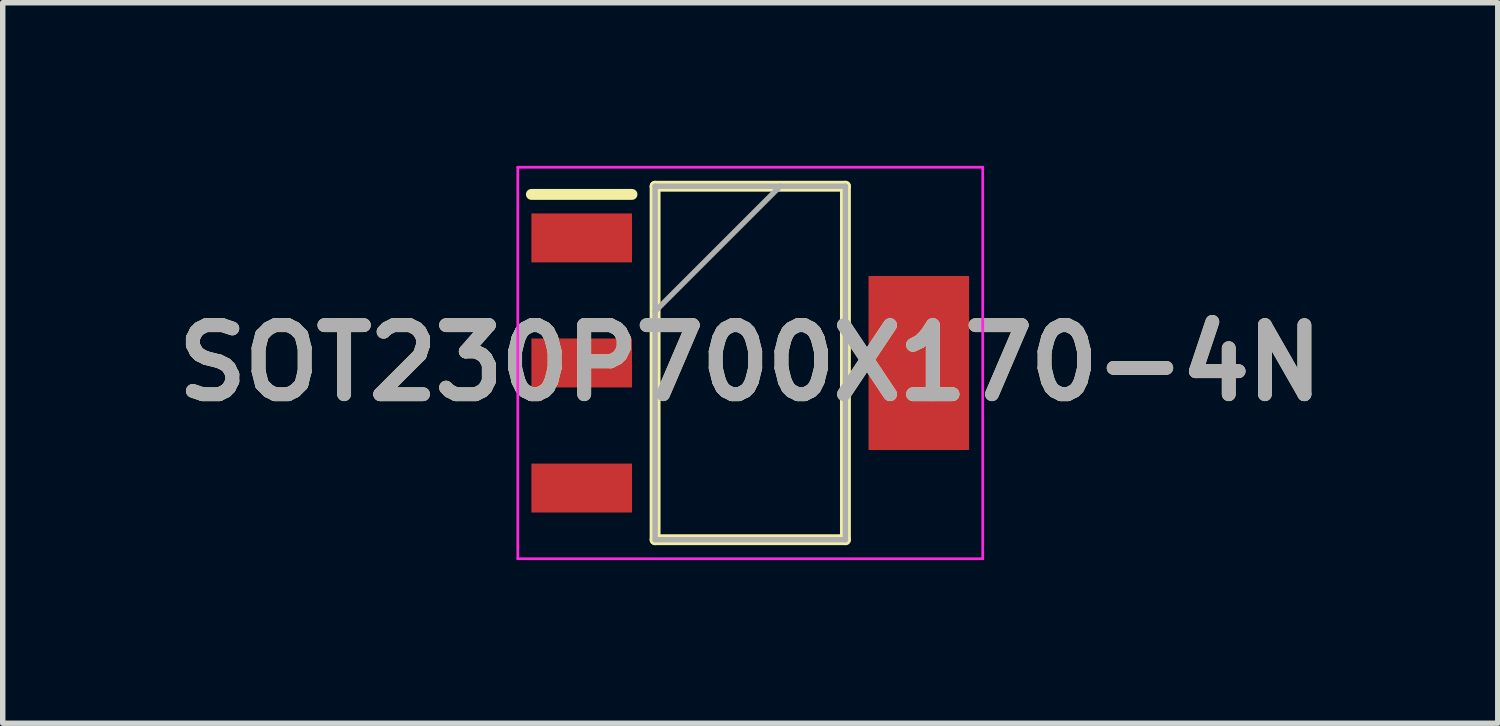
<source format=kicad_pcb>
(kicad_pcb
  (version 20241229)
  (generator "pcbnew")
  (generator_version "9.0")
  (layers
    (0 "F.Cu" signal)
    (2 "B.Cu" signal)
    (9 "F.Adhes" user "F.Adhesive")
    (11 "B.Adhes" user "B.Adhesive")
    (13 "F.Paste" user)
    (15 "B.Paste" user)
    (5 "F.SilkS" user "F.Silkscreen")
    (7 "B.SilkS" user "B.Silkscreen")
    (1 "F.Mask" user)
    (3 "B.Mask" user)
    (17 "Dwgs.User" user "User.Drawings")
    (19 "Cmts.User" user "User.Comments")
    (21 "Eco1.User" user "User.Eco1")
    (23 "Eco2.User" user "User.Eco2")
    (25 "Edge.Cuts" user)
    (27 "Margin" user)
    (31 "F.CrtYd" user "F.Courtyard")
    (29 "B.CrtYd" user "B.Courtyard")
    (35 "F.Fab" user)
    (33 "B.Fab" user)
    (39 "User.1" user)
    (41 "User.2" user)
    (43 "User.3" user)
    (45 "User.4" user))
  (footprint "SOT230P700X170-4N"
    (layer "F.Cu")
    (at 10.747 3.625)
    (property "Reference" "SOT230P700X170-4N" (at 0 0 0) (layer "F.SilkS") (effects (font (size 1.27 1.27) (thickness 0.254))))
    (attr smd)
    (fp_line (start -4.025 -3.1) (end -2.175 -3.1) (stroke (width 0.2) (type solid)) (layer "F.SilkS"))
    (fp_line (start -1.75 -3.25) (end 1.75 -3.25) (stroke (width 0.2) (type solid)) (layer "F.SilkS"))
    (fp_line (start -1.75 3.25) (end -1.75 -3.25) (stroke (width 0.2) (type solid)) (layer "F.SilkS"))
    (fp_line (start 1.75 -3.25) (end 1.75 3.25) (stroke (width 0.2) (type solid)) (layer "F.SilkS"))
    (fp_line (start 1.75 3.25) (end -1.75 3.25) (stroke (width 0.2) (type solid)) (layer "F.SilkS"))
    (fp_line (start -4.275 -3.6) (end 4.275 -3.6) (stroke (width 0.05) (type solid)) (layer "F.CrtYd"))
    (fp_line (start -4.275 3.6) (end -4.275 -3.6) (stroke (width 0.05) (type solid)) (layer "F.CrtYd"))
    (fp_line (start 4.275 -3.6) (end 4.275 3.6) (stroke (width 0.05) (type solid)) (layer "F.CrtYd"))
    (fp_line (start 4.275 3.6) (end -4.275 3.6) (stroke (width 0.05) (type solid)) (layer "F.CrtYd"))
    (fp_line (start -1.75 -3.25) (end 1.75 -3.25) (stroke (width 0.1) (type solid)) (layer "F.Fab"))
    (fp_line (start -1.75 -0.95) (end 0.55 -3.25) (stroke (width 0.1) (type solid)) (layer "F.Fab"))
    (fp_line (start -1.75 3.25) (end -1.75 -3.25) (stroke (width 0.1) (type solid)) (layer "F.Fab"))
    (fp_line (start 1.75 -3.25) (end 1.75 3.25) (stroke (width 0.1) (type solid)) (layer "F.Fab"))
    (fp_line (start 1.75 3.25) (end -1.75 3.25) (stroke (width 0.1) (type solid)) (layer "F.Fab"))
    (fp_text user "${REFERENCE}" (at 0 0 0) (layer "F.Fab") (effects (font (size 1.27 1.27) (thickness 0.254))))
    (pad "1" smd rect (at -3.1 -2.3 90) (size 0.9 1.85) (layers "F.Cu" "F.Mask" "F.Paste"))
    (pad "2" smd rect (at -3.1 0 90) (size 0.9 1.85) (layers "F.Cu" "F.Mask" "F.Paste"))
    (pad "3" smd rect (at -3.1 2.3 90) (size 0.9 1.85) (layers "F.Cu" "F.Mask" "F.Paste"))
    (pad "4" smd rect (at 3.1 0) (size 1.85 3.2) (layers "F.Cu" "F.Mask" "F.Paste")))
  (gr_rect
    (start -3 -3)
    (end 24.493 10.25)
    (stroke (width 0.1) (type default))
    (fill no)
    (layer "Edge.Cuts")))
</source>
